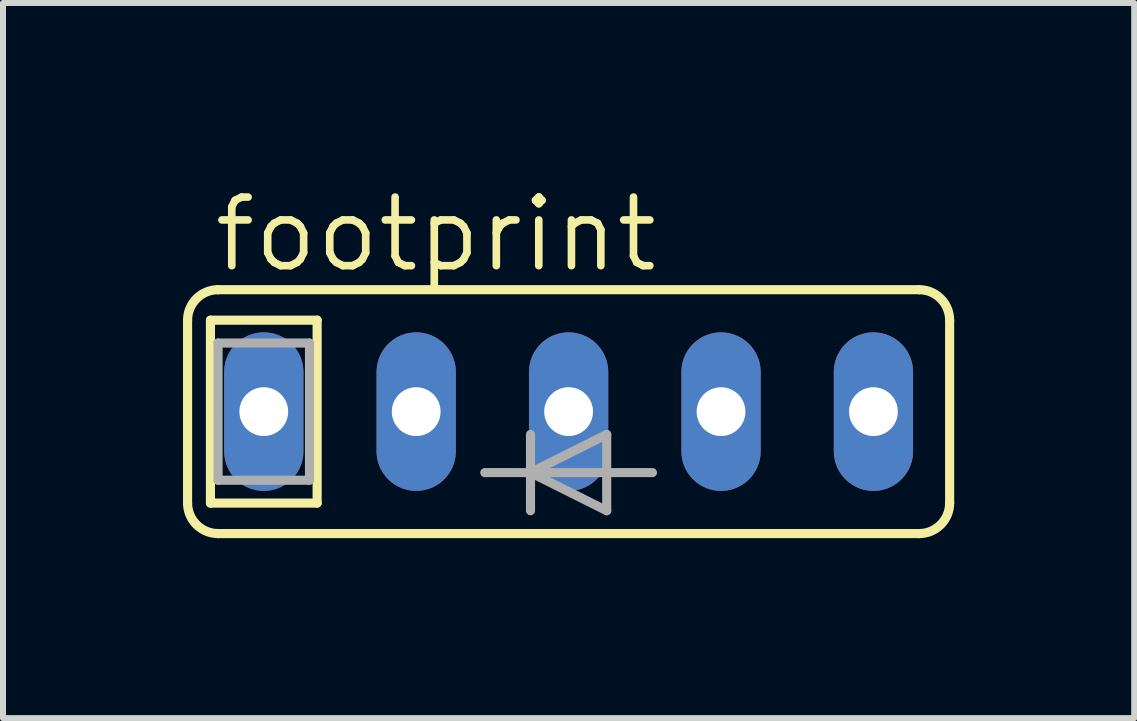
<source format=kicad_pcb>
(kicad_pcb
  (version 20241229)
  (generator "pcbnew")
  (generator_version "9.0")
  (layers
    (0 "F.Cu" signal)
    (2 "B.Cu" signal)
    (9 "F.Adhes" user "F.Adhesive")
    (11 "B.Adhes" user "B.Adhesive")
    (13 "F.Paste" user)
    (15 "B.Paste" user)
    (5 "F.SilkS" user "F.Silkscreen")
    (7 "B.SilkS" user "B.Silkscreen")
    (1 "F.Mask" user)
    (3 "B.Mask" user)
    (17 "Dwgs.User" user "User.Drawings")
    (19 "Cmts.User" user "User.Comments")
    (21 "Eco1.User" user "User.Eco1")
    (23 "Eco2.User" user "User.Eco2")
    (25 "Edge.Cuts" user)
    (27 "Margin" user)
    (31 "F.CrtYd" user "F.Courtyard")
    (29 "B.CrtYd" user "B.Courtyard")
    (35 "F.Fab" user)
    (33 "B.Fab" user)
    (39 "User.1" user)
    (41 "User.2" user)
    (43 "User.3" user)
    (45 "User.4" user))
  (footprint "footprint"
    (layer "F.Cu")
    (at 6.426 3.81)
    (property "Reference" "footprint" (at -5.969 -2.286 0) (layer "F.SilkS") (effects (font (size 1.143 1.143) (thickness 0.127)) (justify left bottom)))
    (fp_line (start -6.35 1.524) (end -6.35 -1.524) (stroke (width 0.152) (type solid)) (layer "F.SilkS"))
    (fp_line (start -5.969 -1.524) (end -5.969 1.524) (stroke (width 0.152) (type solid)) (layer "F.SilkS"))
    (fp_line (start -4.191 -1.524) (end -5.969 -1.524) (stroke (width 0.152) (type solid)) (layer "F.SilkS"))
    (fp_line (start -4.191 -1.524) (end -4.191 1.524) (stroke (width 0.152) (type solid)) (layer "F.SilkS"))
    (fp_line (start -4.191 1.524) (end -5.969 1.524) (stroke (width 0.152) (type solid)) (layer "F.SilkS"))
    (fp_line (start 5.842 -2.032) (end -5.842 -2.032) (stroke (width 0.152) (type solid)) (layer "F.SilkS"))
    (fp_line (start 5.842 2.032) (end -5.842 2.032) (stroke (width 0.152) (type solid)) (layer "F.SilkS"))
    (fp_line (start 6.35 1.524) (end 6.35 -1.524) (stroke (width 0.152) (type solid)) (layer "F.SilkS"))
    (fp_arc (start -6.35 -1.524) (mid -6.20121 -1.88321) (end -5.842 -2.032) (stroke (width 0.1524) (type solid)) (layer "F.SilkS"))
    (fp_arc (start -5.842 2.032) (mid -6.20121 1.88321) (end -6.35 1.524) (stroke (width 0.1524) (type solid)) (layer "F.SilkS"))
    (fp_arc (start 5.842 -2.032) (mid 6.20121 -1.88321) (end 6.35 -1.524) (stroke (width 0.1524) (type solid)) (layer "F.SilkS"))
    (fp_arc (start 6.35 1.524) (mid 6.20121 1.88321) (end 5.842 2.032) (stroke (width 0.1524) (type solid)) (layer "F.SilkS"))
    (fp_line (start -5.842 -1.143) (end -4.318 -1.143) (stroke (width 0.152) (type solid)) (layer "F.Fab"))
    (fp_line (start -5.842 1.143) (end -5.842 -1.143) (stroke (width 0.152) (type solid)) (layer "F.Fab"))
    (fp_line (start -4.318 -1.143) (end -4.318 1.143) (stroke (width 0.152) (type solid)) (layer "F.Fab"))
    (fp_line (start -4.318 1.143) (end -5.842 1.143) (stroke (width 0.152) (type solid)) (layer "F.Fab"))
    (fp_line (start -1.397 1.016) (end -0.635 1.016) (stroke (width 0.152) (type solid)) (layer "F.Fab"))
    (fp_line (start -0.635 1.016) (end -0.635 0.381) (stroke (width 0.152) (type solid)) (layer "F.Fab"))
    (fp_line (start -0.635 1.016) (end 0.635 0.381) (stroke (width 0.152) (type solid)) (layer "F.Fab"))
    (fp_line (start -0.635 1.651) (end -0.635 1.016) (stroke (width 0.152) (type solid)) (layer "F.Fab"))
    (fp_line (start 0.635 0.381) (end 0.635 1.016) (stroke (width 0.152) (type solid)) (layer "F.Fab"))
    (fp_line (start 0.635 1.016) (end -0.635 1.016) (stroke (width 0.152) (type solid)) (layer "F.Fab"))
    (fp_line (start 0.635 1.016) (end 0.635 1.651) (stroke (width 0.152) (type solid)) (layer "F.Fab"))
    (fp_line (start 0.635 1.651) (end -0.635 1.016) (stroke (width 0.152) (type solid)) (layer "F.Fab"))
    (fp_line (start 1.397 1.016) (end 0.635 1.016) (stroke (width 0.152) (type solid)) (layer "F.Fab"))
    (pad "1" thru_hole oval (at -5.08 0 90) (size 2.642 1.321) (drill 0.813) (layers "*.Cu" "*.Mask"))
    (pad "2" thru_hole oval (at -2.54 0 90) (size 2.642 1.321) (drill 0.813) (layers "*.Cu" "*.Mask"))
    (pad "3" thru_hole oval (at 0 0 90) (size 2.642 1.321) (drill 0.813) (layers "*.Cu" "*.Mask"))
    (pad "4" thru_hole oval (at 2.54 0 90) (size 2.642 1.321) (drill 0.813) (layers "*.Cu" "*.Mask"))
    (pad "5" thru_hole oval (at 5.08 0 90) (size 2.642 1.321) (drill 0.813) (layers "*.Cu" "*.Mask")))
  (gr_rect
    (start -3 -3)
    (end 15.852 8.918)
    (stroke (width 0.1) (type default))
    (fill no)
    (layer "Edge.Cuts")))
</source>
